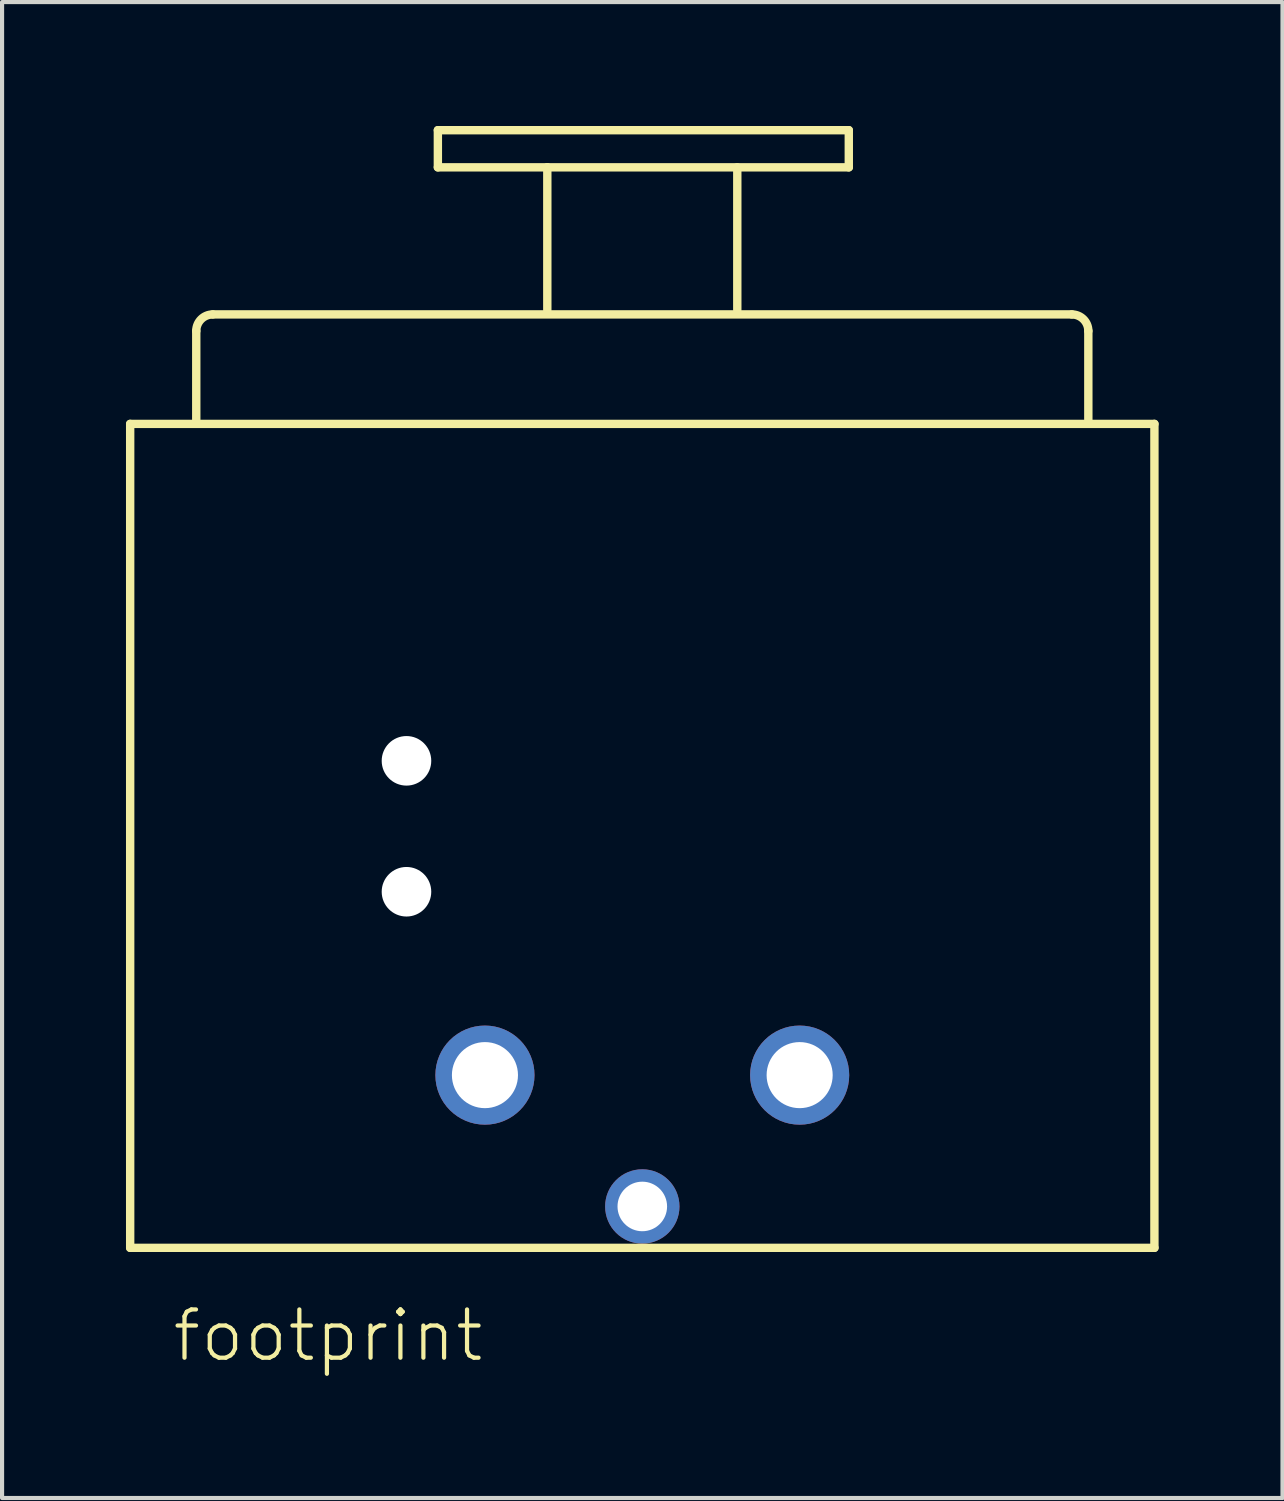
<source format=kicad_pcb>
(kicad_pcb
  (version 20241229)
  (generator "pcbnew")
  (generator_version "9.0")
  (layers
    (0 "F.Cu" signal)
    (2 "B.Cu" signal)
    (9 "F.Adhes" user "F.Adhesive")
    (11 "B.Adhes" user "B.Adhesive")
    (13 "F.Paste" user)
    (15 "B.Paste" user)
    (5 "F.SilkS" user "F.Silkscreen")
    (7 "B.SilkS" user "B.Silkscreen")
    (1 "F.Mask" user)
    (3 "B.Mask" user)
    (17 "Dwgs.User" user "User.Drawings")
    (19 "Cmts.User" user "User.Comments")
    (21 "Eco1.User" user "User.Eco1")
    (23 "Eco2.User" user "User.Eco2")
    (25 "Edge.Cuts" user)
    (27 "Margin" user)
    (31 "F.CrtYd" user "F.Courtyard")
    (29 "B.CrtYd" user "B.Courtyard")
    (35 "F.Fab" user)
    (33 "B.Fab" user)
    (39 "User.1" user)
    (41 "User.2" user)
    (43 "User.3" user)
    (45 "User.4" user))
  (footprint "footprint"
    (layer "F.Cu")
    (at 12.502 26.162)
    (property "Reference" "footprint" (at -11.43 3.81 0) (layer "F.SilkS") (effects (font (size 1.168 1.168) (thickness 0.102)) (justify left bottom)))
    (fp_line (start -12.4 -18.948) (end 12.4 -18.948) (stroke (width 0.203) (type solid)) (layer "F.SilkS"))
    (fp_line (start -12.4 1.002) (end -12.4 -18.948) (stroke (width 0.203) (type solid)) (layer "F.SilkS"))
    (fp_line (start -10.8 -19.049) (end -10.8 -21.198) (stroke (width 0.203) (type solid)) (layer "F.SilkS"))
    (fp_line (start -10.4 -21.599) (end 10.4 -21.599) (stroke (width 0.203) (type solid)) (layer "F.SilkS"))
    (fp_line (start -4.95 -26.06) (end 5 -26.06) (stroke (width 0.203) (type solid)) (layer "F.SilkS"))
    (fp_line (start -4.95 -25.16) (end -4.95 -26.06) (stroke (width 0.203) (type solid)) (layer "F.SilkS"))
    (fp_line (start -2.3 -25.16) (end -4.95 -25.16) (stroke (width 0.203) (type solid)) (layer "F.SilkS"))
    (fp_line (start -2.3 -25.16) (end 2.25 -25.16) (stroke (width 0.203) (type solid)) (layer "F.SilkS"))
    (fp_line (start -2.3 -21.71) (end -2.3 -25.16) (stroke (width 0.203) (type solid)) (layer "F.SilkS"))
    (fp_line (start 2.3 -25.16) (end 2.3 -21.71) (stroke (width 0.203) (type solid)) (layer "F.SilkS"))
    (fp_line (start 5 -26.06) (end 5 -25.16) (stroke (width 0.203) (type solid)) (layer "F.SilkS"))
    (fp_line (start 5 -25.16) (end 2.3 -25.16) (stroke (width 0.203) (type solid)) (layer "F.SilkS"))
    (fp_line (start 10.8 -21.198) (end 10.8 -19.049) (stroke (width 0.203) (type solid)) (layer "F.SilkS"))
    (fp_line (start 12.4 -18.948) (end 12.4 1.002) (stroke (width 0.203) (type solid)) (layer "F.SilkS"))
    (fp_line (start 12.4 1.002) (end -12.4 1.002) (stroke (width 0.203) (type solid)) (layer "F.SilkS"))
    (fp_arc (start -10.8 -21.1985) (mid -10.682843 -21.481343) (end -10.4 -21.5985) (stroke (width 0.2032) (type solid)) (layer "F.SilkS"))
    (fp_arc (start 10.4 -21.5985) (mid 10.682843 -21.481343) (end 10.8 -21.1985) (stroke (width 0.2032) (type solid)) (layer "F.SilkS"))
    (pad "" np_thru_hole circle (at -5.71 -10.79) (size 1.2 1.2) (drill 1.2) (layers "*.Cu" "*.Mask"))
    (pad "" np_thru_hole circle (at -5.71 -7.62) (size 1.2 1.2) (drill 1.2) (layers "*.Cu" "*.Mask"))
    (pad "1+G" thru_hole circle (at 3.81 -3.18) (size 2.4 2.4) (drill 1.6) (layers "*.Cu" "*.Mask"))
    (pad "2" thru_hole circle (at 0 0) (size 1.8 1.8) (drill 1.2) (layers "*.Cu" "*.Mask"))
    (pad "3" thru_hole circle (at -3.81 -3.18) (size 2.4 2.4) (drill 1.6) (layers "*.Cu" "*.Mask")))
  (gr_rect
    (start -3 -3)
    (end 28.003 33.222)
    (stroke (width 0.1) (type default))
    (fill no)
    (layer "Edge.Cuts")))
</source>
